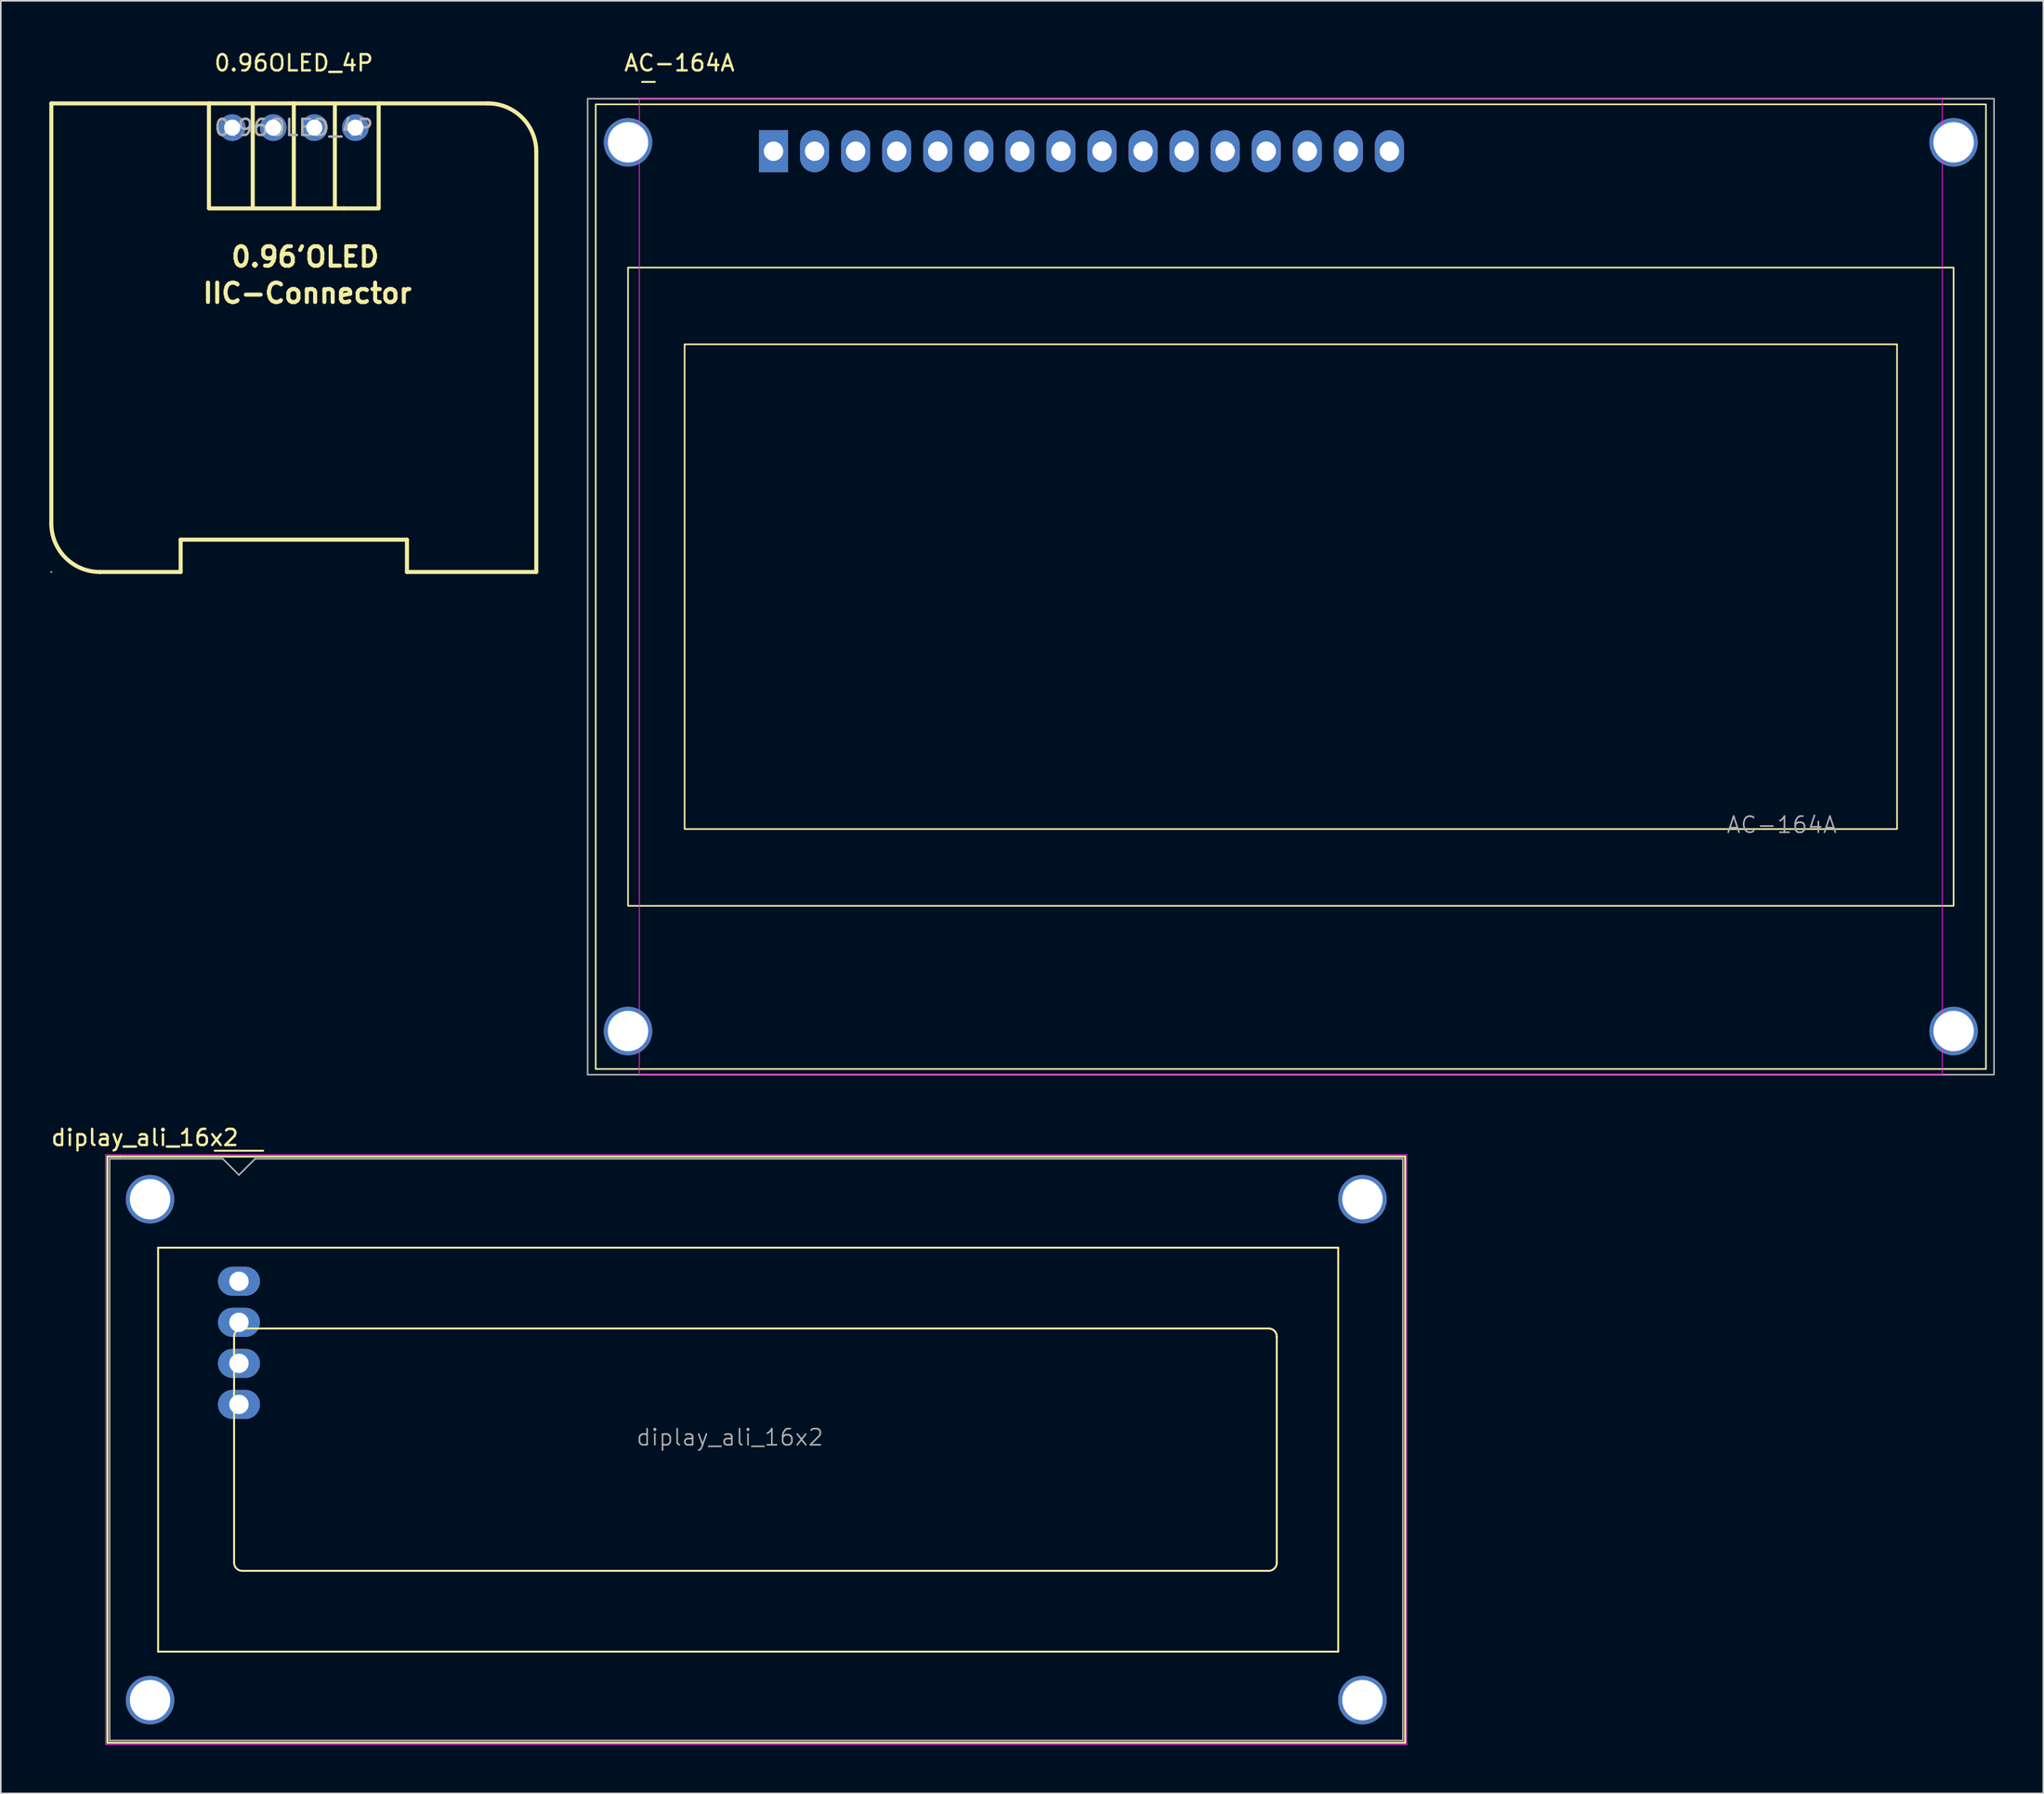
<source format=kicad_pcb>
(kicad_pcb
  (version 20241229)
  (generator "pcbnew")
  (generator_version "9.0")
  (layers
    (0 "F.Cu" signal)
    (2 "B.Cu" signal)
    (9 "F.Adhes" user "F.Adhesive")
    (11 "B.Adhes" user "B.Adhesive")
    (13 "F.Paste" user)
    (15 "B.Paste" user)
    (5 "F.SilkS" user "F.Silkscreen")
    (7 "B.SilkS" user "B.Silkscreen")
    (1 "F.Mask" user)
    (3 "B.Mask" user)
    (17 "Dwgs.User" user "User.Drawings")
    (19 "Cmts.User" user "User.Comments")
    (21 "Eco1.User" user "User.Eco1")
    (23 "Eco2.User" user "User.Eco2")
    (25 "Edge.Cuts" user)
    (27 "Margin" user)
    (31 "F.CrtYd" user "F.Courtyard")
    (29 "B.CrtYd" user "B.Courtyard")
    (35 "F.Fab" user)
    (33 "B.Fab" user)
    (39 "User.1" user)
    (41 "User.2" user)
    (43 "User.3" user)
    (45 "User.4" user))
  (footprint "AC-164A"
    (layer "F.Cu")
    (at 76.8 33.258)
    (property "Reference" "AC-164A" (at -37.821 -32.41 0) (layer "F.SilkS") (effects (font (size 1 1) (thickness 0.15))))
    (attr through_hole)
    (fp_line (start -40.131 -31.24) (end -39.341 -31.24) (stroke (width 0.12) (type solid)) (layer "F.SilkS"))
    (fp_rect (start -43 -29.85) (end 43 29.85) (stroke (width 0.1) (type solid)) (fill no) (layer "F.SilkS"))
    (fp_rect (start -41 -19.75) (end 41 19.75) (stroke (width 0.1) (type solid)) (fill no) (layer "F.SilkS"))
    (fp_rect (start -37.5 -15) (end 37.5 15) (stroke (width 0.1) (type solid)) (fill no) (layer "F.SilkS"))
    (fp_rect (start -40.3 -30.2) (end 40.3 30.2) (stroke (width 0.05) (type solid)) (fill no) (layer "F.CrtYd"))
    (fp_rect (start -43.5 -30.2) (end 43.5 30.2) (stroke (width 0.1) (type solid)) (fill no) (layer "F.Fab"))
    (fp_text user "${REFERENCE}" (at 30.37 14.74 0) (layer "F.Fab") (effects (font (size 1 1) (thickness 0.1))))
    (pad "" thru_hole circle (at -41 -27.5) (size 3 3) (drill 2.5) (layers "*.Cu" "*.Mask"))
    (pad "" thru_hole circle (at -41 27.5) (size 3 3) (drill 2.5) (layers "*.Cu" "*.Mask"))
    (pad "" thru_hole circle (at 41 -27.5) (size 3 3) (drill 2.5) (layers "*.Cu" "*.Mask"))
    (pad "" thru_hole circle (at 41 27.5) (size 3 3) (drill 2.5) (layers "*.Cu" "*.Mask"))
    (pad "1" thru_hole rect (at -32.001 -26.95) (size 1.8 2.6) (drill 1.2) (layers "*.Cu" "*.Mask"))
    (pad "2" thru_hole oval (at -29.461 -26.95) (size 1.8 2.6) (drill 1.2) (layers "*.Cu" "*.Mask"))
    (pad "3" thru_hole oval (at -26.921 -26.95) (size 1.8 2.6) (drill 1.2) (layers "*.Cu" "*.Mask"))
    (pad "4" thru_hole oval (at -24.381 -26.95) (size 1.8 2.6) (drill 1.2) (layers "*.Cu" "*.Mask"))
    (pad "5" thru_hole oval (at -21.841 -26.95) (size 1.8 2.6) (drill 1.2) (layers "*.Cu" "*.Mask"))
    (pad "6" thru_hole oval (at -19.301 -26.95) (size 1.8 2.6) (drill 1.2) (layers "*.Cu" "*.Mask"))
    (pad "7" thru_hole oval (at -16.761 -26.95) (size 1.8 2.6) (drill 1.2) (layers "*.Cu" "*.Mask"))
    (pad "8" thru_hole oval (at -14.221 -26.95) (size 1.8 2.6) (drill 1.2) (layers "*.Cu" "*.Mask"))
    (pad "9" thru_hole oval (at -11.681 -26.95) (size 1.8 2.6) (drill 1.2) (layers "*.Cu" "*.Mask"))
    (pad "10" thru_hole oval (at -9.141 -26.95) (size 1.8 2.6) (drill 1.2) (layers "*.Cu" "*.Mask"))
    (pad "11" thru_hole oval (at -6.601 -26.95) (size 1.8 2.6) (drill 1.2) (layers "*.Cu" "*.Mask"))
    (pad "12" thru_hole oval (at -4.061 -26.95) (size 1.8 2.6) (drill 1.2) (layers "*.Cu" "*.Mask"))
    (pad "13" thru_hole oval (at -1.521 -26.95) (size 1.8 2.6) (drill 1.2) (layers "*.Cu" "*.Mask"))
    (pad "14" thru_hole oval (at 1.019 -26.95) (size 1.8 2.6) (drill 1.2) (layers "*.Cu" "*.Mask"))
    (pad "15" thru_hole oval (at 3.559 -26.95) (size 1.8 2.6) (drill 1.2) (layers "*.Cu" "*.Mask"))
    (pad "16" thru_hole oval (at 6.099 -26.95) (size 1.8 2.6) (drill 1.2) (layers "*.Cu" "*.Mask")))
  (footprint "0.96OLED_4P"
    (layer "F.Cu")
    (at 15.125 4.848)
    (property "Reference" "0.96OLED_4P" (at 0 -4 0) (layer "F.SilkS") (effects (font (size 1 1) (thickness 0.15))))
    (attr smd)
    (fp_line (start -15 -1.5) (end -15 24.5) (stroke (width 0.25) (type solid)) (layer "F.SilkS"))
    (fp_line (start -15 -1.5) (end 12 -1.5) (stroke (width 0.25) (type solid)) (layer "F.SilkS"))
    (fp_line (start -12 27.5) (end -7 27.5) (stroke (width 0.25) (type solid)) (layer "F.SilkS"))
    (fp_line (start -7 25.5) (end 7 25.5) (stroke (width 0.25) (type solid)) (layer "F.SilkS"))
    (fp_line (start -7 27.5) (end -7 25.5) (stroke (width 0.25) (type solid)) (layer "F.SilkS"))
    (fp_line (start -5.25 -1.5) (end -5.25 4.95) (stroke (width 0.25) (type solid)) (layer "F.SilkS"))
    (fp_line (start -5.25 5) (end 3.1 5) (stroke (width 0.25) (type solid)) (layer "F.SilkS"))
    (fp_line (start -2.54 4.95) (end -2.54 -1.4) (stroke (width 0.25) (type solid)) (layer "F.SilkS"))
    (fp_line (start 0 -1.5) (end 0 4.95) (stroke (width 0.25) (type solid)) (layer "F.SilkS"))
    (fp_line (start 2.54 4.95) (end 2.54 -1.4) (stroke (width 0.25) (type solid)) (layer "F.SilkS"))
    (fp_line (start 3.1 5) (end 5.25 5) (stroke (width 0.25) (type solid)) (layer "F.SilkS"))
    (fp_line (start 5.25 4.95) (end 5.25 -1.5) (stroke (width 0.25) (type solid)) (layer "F.SilkS"))
    (fp_line (start 7 27.5) (end 7 25.5) (stroke (width 0.25) (type solid)) (layer "F.SilkS"))
    (fp_line (start 7 27.5) (end 15 27.5) (stroke (width 0.25) (type solid)) (layer "F.SilkS"))
    (fp_line (start 15 1.5) (end 15 27.5) (stroke (width 0.25) (type solid)) (layer "F.SilkS"))
    (fp_arc (start -12 27.5) (mid -14.12132 26.62132) (end -15 24.5) (stroke (width 0.25) (type solid)) (layer "F.SilkS"))
    (fp_arc (start 12 -1.5) (mid 14.12132 -0.62132) (end 15 1.5) (stroke (width 0.25) (type solid)) (layer "F.SilkS"))
    (fp_circle (center -15 27.5) (end -14.97 27.5) (stroke (width 0.06) (type solid)) (fill no) (layer "F.Fab"))
    (fp_text user "0.96'OLED" (at -4 8 0) (layer "F.SilkS") (effects (font (size 1.2 1.2) (thickness 0.25)) (justify left)))
    (fp_text user "IIC-Connector" (at -5.76 10.25 0) (layer "F.SilkS") (effects (font (size 1.2 1.2) (thickness 0.25)) (justify left)))
    (fp_text user "${REFERENCE}" (at 0 0 0) (layer "F.Fab") (effects (font (size 1 1) (thickness 0.15))))
    (pad "1" thru_hole circle (at -3.81 0) (size 1.65 1.65) (drill 1) (layers "*.Cu" "*.Mask"))
    (pad "2" thru_hole circle (at -1.27 0) (size 1.65 1.65) (drill 1) (layers "*.Cu" "*.Mask"))
    (pad "3" thru_hole circle (at 1.27 0) (size 1.65 1.65) (drill 1) (layers "*.Cu" "*.Mask"))
    (pad "4" thru_hole circle (at 3.81 0) (size 1.65 1.65) (drill 1) (layers "*.Cu" "*.Mask")))
  (footprint "diplay_ali_16x2"
    (layer "F.Cu")
    (at 11.731 71.166)
    (property "Reference" "diplay_ali_16x2" (at -5.82 -3.81 0) (layer "F.SilkS") (effects (font (size 1 1) (thickness 0.15))))
    (attr through_hole)
    (fp_line (start -8.14 -2.64) (end -8.14 33.64) (stroke (width 0.12) (type solid)) (layer "F.SilkS"))
    (fp_line (start -8.14 33.64) (end 72.14 33.64) (stroke (width 0.12) (type solid)) (layer "F.SilkS"))
    (fp_line (start -8.13 -2.64) (end -7.34 -2.64) (stroke (width 0.12) (type solid)) (layer "F.SilkS"))
    (fp_line (start -5 3) (end 68 3) (stroke (width 0.12) (type solid)) (layer "F.SilkS"))
    (fp_line (start -5 28) (end -5 3) (stroke (width 0.12) (type solid)) (layer "F.SilkS"))
    (fp_line (start -1.5 -3) (end 1.5 -3) (stroke (width 0.12) (type solid)) (layer "F.SilkS"))
    (fp_line (start -0.3 22.499) (end -0.3 8.5) (stroke (width 0.12) (type solid)) (layer "F.SilkS"))
    (fp_line (start 0.2 8) (end 63.7 8) (stroke (width 0.12) (type solid)) (layer "F.SilkS"))
    (fp_line (start 63.701 23) (end 0.2 23) (stroke (width 0.12) (type solid)) (layer "F.SilkS"))
    (fp_line (start 64.2 8.5) (end 64.2 22.5) (stroke (width 0.12) (type solid)) (layer "F.SilkS"))
    (fp_line (start 68 3) (end 68 28) (stroke (width 0.12) (type solid)) (layer "F.SilkS"))
    (fp_line (start 68 28) (end -5 28) (stroke (width 0.12) (type solid)) (layer "F.SilkS"))
    (fp_line (start 72.14 -2.64) (end -7.34 -2.64) (stroke (width 0.12) (type solid)) (layer "F.SilkS"))
    (fp_line (start 72.14 33.64) (end 72.14 -2.64) (stroke (width 0.12) (type solid)) (layer "F.SilkS"))
    (fp_arc (start -0.29972 8.49884) (mid -0.153162 8.145018) (end 0.20066 7.99846) (stroke (width 0.12) (type solid)) (layer "F.SilkS"))
    (fp_arc (start 0.20066 22.9997) (mid -0.153162 22.853142) (end -0.29972 22.49932) (stroke (width 0.12) (type solid)) (layer "F.SilkS"))
    (fp_arc (start 63.7 8) (mid 64.053553 8.146447) (end 64.2 8.5) (stroke (width 0.12) (type solid)) (layer "F.SilkS"))
    (fp_arc (start 64.20104 22.49932) (mid 64.054482 22.853142) (end 63.70066 22.9997) (stroke (width 0.12) (type solid)) (layer "F.SilkS"))
    (fp_line (start -8.25 -2.75) (end -8.25 33.75) (stroke (width 0.05) (type solid)) (layer "F.CrtYd"))
    (fp_line (start -8.25 -2.75) (end 72.25 -2.75) (stroke (width 0.05) (type solid)) (layer "F.CrtYd"))
    (fp_line (start -8.25 33.75) (end 72.25 33.75) (stroke (width 0.05) (type solid)) (layer "F.CrtYd"))
    (fp_line (start 72.25 -2.75) (end 72.25 33.75) (stroke (width 0.05) (type solid)) (layer "F.CrtYd"))
    (fp_line (start -8 33.5) (end -8 -2.5) (stroke (width 0.1) (type solid)) (layer "F.Fab"))
    (fp_line (start -1 -2.5) (end -8 -2.5) (stroke (width 0.1) (type solid)) (layer "F.Fab"))
    (fp_line (start 0 -1.5) (end -1 -2.5) (stroke (width 0.1) (type solid)) (layer "F.Fab"))
    (fp_line (start 1 -2.5) (end 0 -1.5) (stroke (width 0.1) (type solid)) (layer "F.Fab"))
    (fp_line (start 1 -2.5) (end 72 -2.5) (stroke (width 0.1) (type solid)) (layer "F.Fab"))
    (fp_line (start 72 -2.5) (end 72 33.5) (stroke (width 0.1) (type solid)) (layer "F.Fab"))
    (fp_line (start 72 33.5) (end -8 33.5) (stroke (width 0.1) (type solid)) (layer "F.Fab"))
    (fp_text user "${REFERENCE}" (at 30.37 14.74 0) (layer "F.Fab") (effects (font (size 1 1) (thickness 0.1))))
    (pad "" thru_hole circle (at -5.499 0) (size 3 3) (drill 2.5) (layers "*.Cu" "*.Mask"))
    (pad "" thru_hole circle (at -5.499 31.001) (size 3 3) (drill 2.5) (layers "*.Cu" "*.Mask"))
    (pad "" thru_hole circle (at 69.499 31.001) (size 3 3) (drill 2.5) (layers "*.Cu" "*.Mask"))
    (pad "" thru_hole circle (at 69.5 0) (size 3 3) (drill 2.5) (layers "*.Cu" "*.Mask"))
    (pad "1" thru_hole oval (at 0 7.62 270) (size 1.8 2.6) (drill 1.2) (layers "*.Cu" "*.Mask"))
    (pad "2" thru_hole oval (at 0 5.08 270) (size 1.8 2.6) (drill 1.2) (layers "*.Cu" "*.Mask"))
    (pad "3" thru_hole oval (at 0 10.16 270) (size 1.8 2.6) (drill 1.2) (layers "*.Cu" "*.Mask"))
    (pad "4" thru_hole oval (at 0 12.7 270) (size 1.8 2.6) (drill 1.2) (layers "*.Cu" "*.Mask")))
  (gr_rect
    (start -3 -3)
    (end 123.35 107.941)
    (stroke (width 0.1) (type default))
    (fill no)
    (layer "Edge.Cuts")))
</source>
